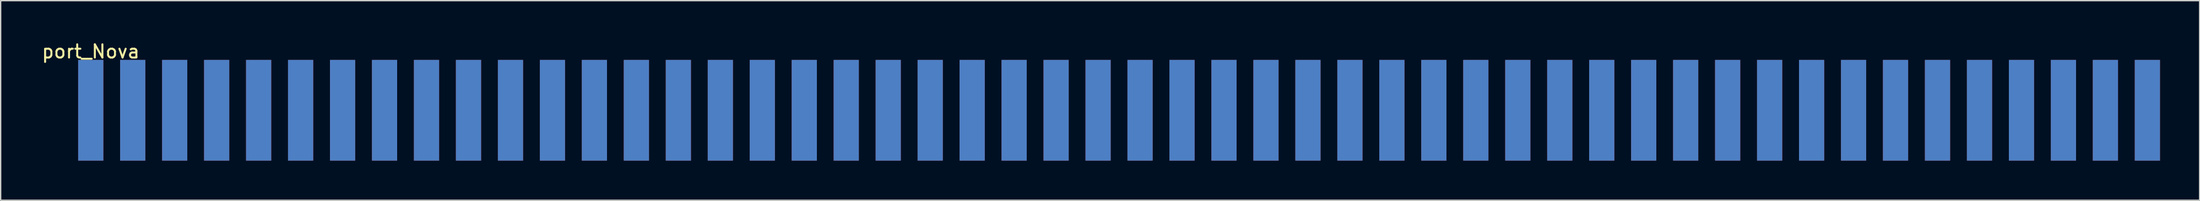
<source format=kicad_pcb>
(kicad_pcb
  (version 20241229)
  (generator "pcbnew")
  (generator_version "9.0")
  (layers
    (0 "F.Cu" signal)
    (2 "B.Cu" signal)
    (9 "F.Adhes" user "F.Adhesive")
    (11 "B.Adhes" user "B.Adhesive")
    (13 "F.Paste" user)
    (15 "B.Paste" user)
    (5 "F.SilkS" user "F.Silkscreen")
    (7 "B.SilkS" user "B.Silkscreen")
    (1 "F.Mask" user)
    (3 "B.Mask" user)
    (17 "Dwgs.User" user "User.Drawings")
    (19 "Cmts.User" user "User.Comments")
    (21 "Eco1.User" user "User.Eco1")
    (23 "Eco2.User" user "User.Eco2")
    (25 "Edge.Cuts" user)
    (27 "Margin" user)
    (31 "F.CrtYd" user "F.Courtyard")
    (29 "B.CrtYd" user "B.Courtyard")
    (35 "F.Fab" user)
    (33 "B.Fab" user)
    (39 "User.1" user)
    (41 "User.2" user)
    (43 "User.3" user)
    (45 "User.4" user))
  (footprint "port_Nova"
    (layer "F.Cu")
    (at 3.815 5.293)
    (property "Reference" "port_Nova" (at 0 -4.445 0) (layer "F.SilkS") (effects (font (size 1 1) (thickness 0.15))))
    (attr through_hole)
    (pad "1" smd rect (at 0 0) (size 1.905 7.62) (layers "F.Cu" "F.Mask" "F.Paste"))
    (pad "2" smd rect (at 0 0) (size 1.905 7.62) (layers "B.Cu" "B.Mask" "B.Paste"))
    (pad "3" smd rect (at 3.175 0) (size 1.905 7.62) (layers "F.Cu" "F.Mask" "F.Paste"))
    (pad "4" smd rect (at 3.175 0) (size 1.905 7.62) (layers "B.Cu" "B.Mask" "B.Paste"))
    (pad "5" smd rect (at 6.35 0) (size 1.905 7.62) (layers "F.Cu" "F.Mask" "F.Paste"))
    (pad "6" smd rect (at 6.35 0) (size 1.905 7.62) (layers "B.Cu" "B.Mask" "B.Paste"))
    (pad "7" smd rect (at 9.525 0) (size 1.905 7.62) (layers "F.Cu" "F.Mask" "F.Paste"))
    (pad "8" smd rect (at 9.525 0) (size 1.905 7.62) (layers "B.Cu" "B.Mask" "B.Paste"))
    (pad "9" smd rect (at 12.7 0) (size 1.905 7.62) (layers "F.Cu" "F.Mask" "F.Paste"))
    (pad "10" smd rect (at 12.7 0) (size 1.905 7.62) (layers "B.Cu" "B.Mask" "B.Paste"))
    (pad "11" smd rect (at 15.875 0) (size 1.905 7.62) (layers "F.Cu" "F.Mask" "F.Paste"))
    (pad "12" smd rect (at 15.875 0) (size 1.905 7.62) (layers "B.Cu" "B.Mask" "B.Paste"))
    (pad "13" smd rect (at 19.05 0) (size 1.905 7.62) (layers "F.Cu" "F.Mask" "F.Paste"))
    (pad "14" smd rect (at 19.05 0) (size 1.905 7.62) (layers "B.Cu" "B.Mask" "B.Paste"))
    (pad "15" smd rect (at 22.225 0) (size 1.905 7.62) (layers "F.Cu" "F.Mask" "F.Paste"))
    (pad "16" smd rect (at 22.225 0) (size 1.905 7.62) (layers "B.Cu" "B.Mask" "B.Paste"))
    (pad "17" smd rect (at 25.4 0) (size 1.905 7.62) (layers "F.Cu" "F.Mask" "F.Paste"))
    (pad "18" smd rect (at 25.4 0) (size 1.905 7.62) (layers "B.Cu" "B.Mask" "B.Paste"))
    (pad "19" smd rect (at 28.575 0) (size 1.905 7.62) (layers "F.Cu" "F.Mask" "F.Paste"))
    (pad "20" smd rect (at 28.575 0) (size 1.905 7.62) (layers "B.Cu" "B.Mask" "B.Paste"))
    (pad "21" smd rect (at 31.75 0) (size 1.905 7.62) (layers "F.Cu" "F.Mask" "F.Paste"))
    (pad "22" smd rect (at 31.75 0) (size 1.905 7.62) (layers "B.Cu" "B.Mask" "B.Paste"))
    (pad "23" smd rect (at 34.925 0) (size 1.905 7.62) (layers "F.Cu" "F.Mask" "F.Paste"))
    (pad "24" smd rect (at 34.925 0) (size 1.905 7.62) (layers "B.Cu" "B.Mask" "B.Paste"))
    (pad "25" smd rect (at 38.1 0) (size 1.905 7.62) (layers "F.Cu" "F.Mask" "F.Paste"))
    (pad "26" smd rect (at 38.1 0) (size 1.905 7.62) (layers "B.Cu" "B.Mask" "B.Paste"))
    (pad "27" smd rect (at 41.275 0) (size 1.905 7.62) (layers "F.Cu" "F.Mask" "F.Paste"))
    (pad "28" smd rect (at 41.275 0) (size 1.905 7.62) (layers "B.Cu" "B.Mask" "B.Paste"))
    (pad "29" smd rect (at 44.45 0) (size 1.905 7.62) (layers "F.Cu" "F.Mask" "F.Paste"))
    (pad "30" smd rect (at 44.45 0) (size 1.905 7.62) (layers "B.Cu" "B.Mask" "B.Paste"))
    (pad "31" smd rect (at 47.625 0) (size 1.905 7.62) (layers "F.Cu" "F.Mask" "F.Paste"))
    (pad "32" smd rect (at 47.625 0) (size 1.905 7.62) (layers "B.Cu" "B.Mask" "B.Paste"))
    (pad "33" smd rect (at 50.8 0) (size 1.905 7.62) (layers "F.Cu" "F.Mask" "F.Paste"))
    (pad "34" smd rect (at 50.8 0) (size 1.905 7.62) (layers "B.Cu" "B.Mask" "B.Paste"))
    (pad "35" smd rect (at 53.975 0) (size 1.905 7.62) (layers "F.Cu" "F.Mask" "F.Paste"))
    (pad "36" smd rect (at 53.975 0) (size 1.905 7.62) (layers "B.Cu" "B.Mask" "B.Paste"))
    (pad "37" smd rect (at 57.15 0) (size 1.905 7.62) (layers "F.Cu" "F.Mask" "F.Paste"))
    (pad "38" smd rect (at 57.15 0) (size 1.905 7.62) (layers "B.Cu" "B.Mask" "B.Paste"))
    (pad "39" smd rect (at 60.325 0) (size 1.905 7.62) (layers "F.Cu" "F.Mask" "F.Paste"))
    (pad "40" smd rect (at 60.325 0) (size 1.905 7.62) (layers "B.Cu" "B.Mask" "B.Paste"))
    (pad "41" smd rect (at 63.5 0) (size 1.905 7.62) (layers "F.Cu" "F.Mask" "F.Paste"))
    (pad "42" smd rect (at 63.5 0) (size 1.905 7.62) (layers "B.Cu" "B.Mask" "B.Paste"))
    (pad "43" smd rect (at 66.675 0) (size 1.905 7.62) (layers "F.Cu" "F.Mask" "F.Paste"))
    (pad "44" smd rect (at 66.675 0) (size 1.905 7.62) (layers "B.Cu" "B.Mask" "B.Paste"))
    (pad "45" smd rect (at 69.85 0) (size 1.905 7.62) (layers "F.Cu" "F.Mask" "F.Paste"))
    (pad "46" smd rect (at 69.85 0) (size 1.905 7.62) (layers "B.Cu" "B.Mask" "B.Paste"))
    (pad "47" smd rect (at 73.025 0) (size 1.905 7.62) (layers "F.Cu" "F.Mask" "F.Paste"))
    (pad "48" smd rect (at 73.025 0) (size 1.905 7.62) (layers "B.Cu" "B.Mask" "B.Paste"))
    (pad "49" smd rect (at 76.2 0) (size 1.905 7.62) (layers "F.Cu" "F.Mask" "F.Paste"))
    (pad "50" smd rect (at 76.2 0) (size 1.905 7.62) (layers "B.Cu" "B.Mask" "B.Paste"))
    (pad "51" smd rect (at 79.375 0) (size 1.905 7.62) (layers "F.Cu" "F.Mask" "F.Paste"))
    (pad "52" smd rect (at 79.375 0) (size 1.905 7.62) (layers "B.Cu" "B.Mask" "B.Paste"))
    (pad "53" smd rect (at 82.55 0) (size 1.905 7.62) (layers "F.Cu" "F.Mask" "F.Paste"))
    (pad "54" smd rect (at 82.55 0) (size 1.905 7.62) (layers "B.Cu" "B.Mask" "B.Paste"))
    (pad "55" smd rect (at 85.725 0) (size 1.905 7.62) (layers "F.Cu" "F.Mask" "F.Paste"))
    (pad "56" smd rect (at 85.725 0) (size 1.905 7.62) (layers "B.Cu" "B.Mask" "B.Paste"))
    (pad "57" smd rect (at 88.9 0) (size 1.905 7.62) (layers "F.Cu" "F.Mask" "F.Paste"))
    (pad "58" smd rect (at 88.9 0) (size 1.905 7.62) (layers "B.Cu" "B.Mask" "B.Paste"))
    (pad "59" smd rect (at 92.075 0) (size 1.905 7.62) (layers "F.Cu" "F.Mask" "F.Paste"))
    (pad "60" smd rect (at 92.075 0) (size 1.905 7.62) (layers "B.Cu" "B.Mask" "B.Paste"))
    (pad "61" smd rect (at 95.25 0) (size 1.905 7.62) (layers "F.Cu" "F.Mask" "F.Paste"))
    (pad "62" smd rect (at 95.25 0) (size 1.905 7.62) (layers "B.Cu" "B.Mask" "B.Paste"))
    (pad "63" smd rect (at 98.425 0) (size 1.905 7.62) (layers "F.Cu" "F.Mask" "F.Paste"))
    (pad "64" smd rect (at 98.425 0) (size 1.905 7.62) (layers "B.Cu" "B.Mask" "B.Paste"))
    (pad "65" smd rect (at 101.6 0) (size 1.905 7.62) (layers "F.Cu" "F.Mask" "F.Paste"))
    (pad "66" smd rect (at 101.6 0) (size 1.905 7.62) (layers "B.Cu" "B.Mask" "B.Paste"))
    (pad "67" smd rect (at 104.775 0) (size 1.905 7.62) (layers "F.Cu" "F.Mask" "F.Paste"))
    (pad "68" smd rect (at 104.775 0) (size 1.905 7.62) (layers "B.Cu" "B.Mask" "B.Paste"))
    (pad "69" smd rect (at 107.95 0) (size 1.905 7.62) (layers "F.Cu" "F.Mask" "F.Paste"))
    (pad "70" smd rect (at 107.95 0) (size 1.905 7.62) (layers "B.Cu" "B.Mask" "B.Paste"))
    (pad "71" smd rect (at 111.125 0) (size 1.905 7.62) (layers "F.Cu" "F.Mask" "F.Paste"))
    (pad "72" smd rect (at 111.125 0) (size 1.905 7.62) (layers "B.Cu" "B.Mask" "B.Paste"))
    (pad "73" smd rect (at 114.3 0) (size 1.905 7.62) (layers "F.Cu" "F.Mask" "F.Paste"))
    (pad "74" smd rect (at 114.3 0) (size 1.905 7.62) (layers "B.Cu" "B.Mask" "B.Paste"))
    (pad "75" smd rect (at 117.475 0) (size 1.905 7.62) (layers "F.Cu" "F.Mask" "F.Paste"))
    (pad "76" smd rect (at 117.475 0) (size 1.905 7.62) (layers "B.Cu" "B.Mask" "B.Paste"))
    (pad "77" smd rect (at 120.65 0) (size 1.905 7.62) (layers "F.Cu" "F.Mask" "F.Paste"))
    (pad "78" smd rect (at 120.65 0) (size 1.905 7.62) (layers "B.Cu" "B.Mask" "B.Paste"))
    (pad "79" smd rect (at 123.825 0) (size 1.905 7.62) (layers "F.Cu" "F.Mask" "F.Paste"))
    (pad "80" smd rect (at 123.825 0) (size 1.905 7.62) (layers "B.Cu" "B.Mask" "B.Paste"))
    (pad "81" smd rect (at 127 0) (size 1.905 7.62) (layers "F.Cu" "F.Mask" "F.Paste"))
    (pad "82" smd rect (at 127 0) (size 1.905 7.62) (layers "B.Cu" "B.Mask" "B.Paste"))
    (pad "83" smd rect (at 130.175 0) (size 1.905 7.62) (layers "F.Cu" "F.Mask" "F.Paste"))
    (pad "84" smd rect (at 130.175 0) (size 1.905 7.62) (layers "B.Cu" "B.Mask" "B.Paste"))
    (pad "85" smd rect (at 133.35 0) (size 1.905 7.62) (layers "F.Cu" "F.Mask" "F.Paste"))
    (pad "86" smd rect (at 133.35 0) (size 1.905 7.62) (layers "B.Cu" "B.Mask" "B.Paste"))
    (pad "87" smd rect (at 136.525 0) (size 1.905 7.62) (layers "F.Cu" "F.Mask" "F.Paste"))
    (pad "88" smd rect (at 136.525 0) (size 1.905 7.62) (layers "B.Cu" "B.Mask" "B.Paste"))
    (pad "89" smd rect (at 139.7 0) (size 1.905 7.62) (layers "F.Cu" "F.Mask" "F.Paste"))
    (pad "90" smd rect (at 139.7 0) (size 1.905 7.62) (layers "B.Cu" "B.Mask" "B.Paste"))
    (pad "91" smd rect (at 142.875 0) (size 1.905 7.62) (layers "F.Cu" "F.Mask" "F.Paste"))
    (pad "92" smd rect (at 142.875 0) (size 1.905 7.62) (layers "B.Cu" "B.Mask" "B.Paste"))
    (pad "93" smd rect (at 146.05 0) (size 1.905 7.62) (layers "F.Cu" "F.Mask" "F.Paste"))
    (pad "94" smd rect (at 146.05 0) (size 1.905 7.62) (layers "B.Cu" "B.Mask" "B.Paste"))
    (pad "95" smd rect (at 149.225 0) (size 1.905 7.62) (layers "F.Cu" "F.Mask" "F.Paste"))
    (pad "96" smd rect (at 149.225 0) (size 1.905 7.62) (layers "B.Cu" "B.Mask" "B.Paste"))
    (pad "97" smd rect (at 152.4 0) (size 1.905 7.62) (layers "F.Cu" "F.Mask" "F.Paste"))
    (pad "98" smd rect (at 152.4 0) (size 1.905 7.62) (layers "B.Cu" "B.Mask" "B.Paste"))
    (pad "99" smd rect (at 155.575 0) (size 1.905 7.62) (layers "F.Cu" "F.Mask" "F.Paste"))
    (pad "100" smd rect (at 155.575 0) (size 1.905 7.62) (layers "B.Cu" "B.Mask" "B.Paste")))
  (gr_rect
    (start -3 -3)
    (end 163.343 12.103)
    (stroke (width 0.1) (type default))
    (fill no)
    (layer "Edge.Cuts")))
</source>
